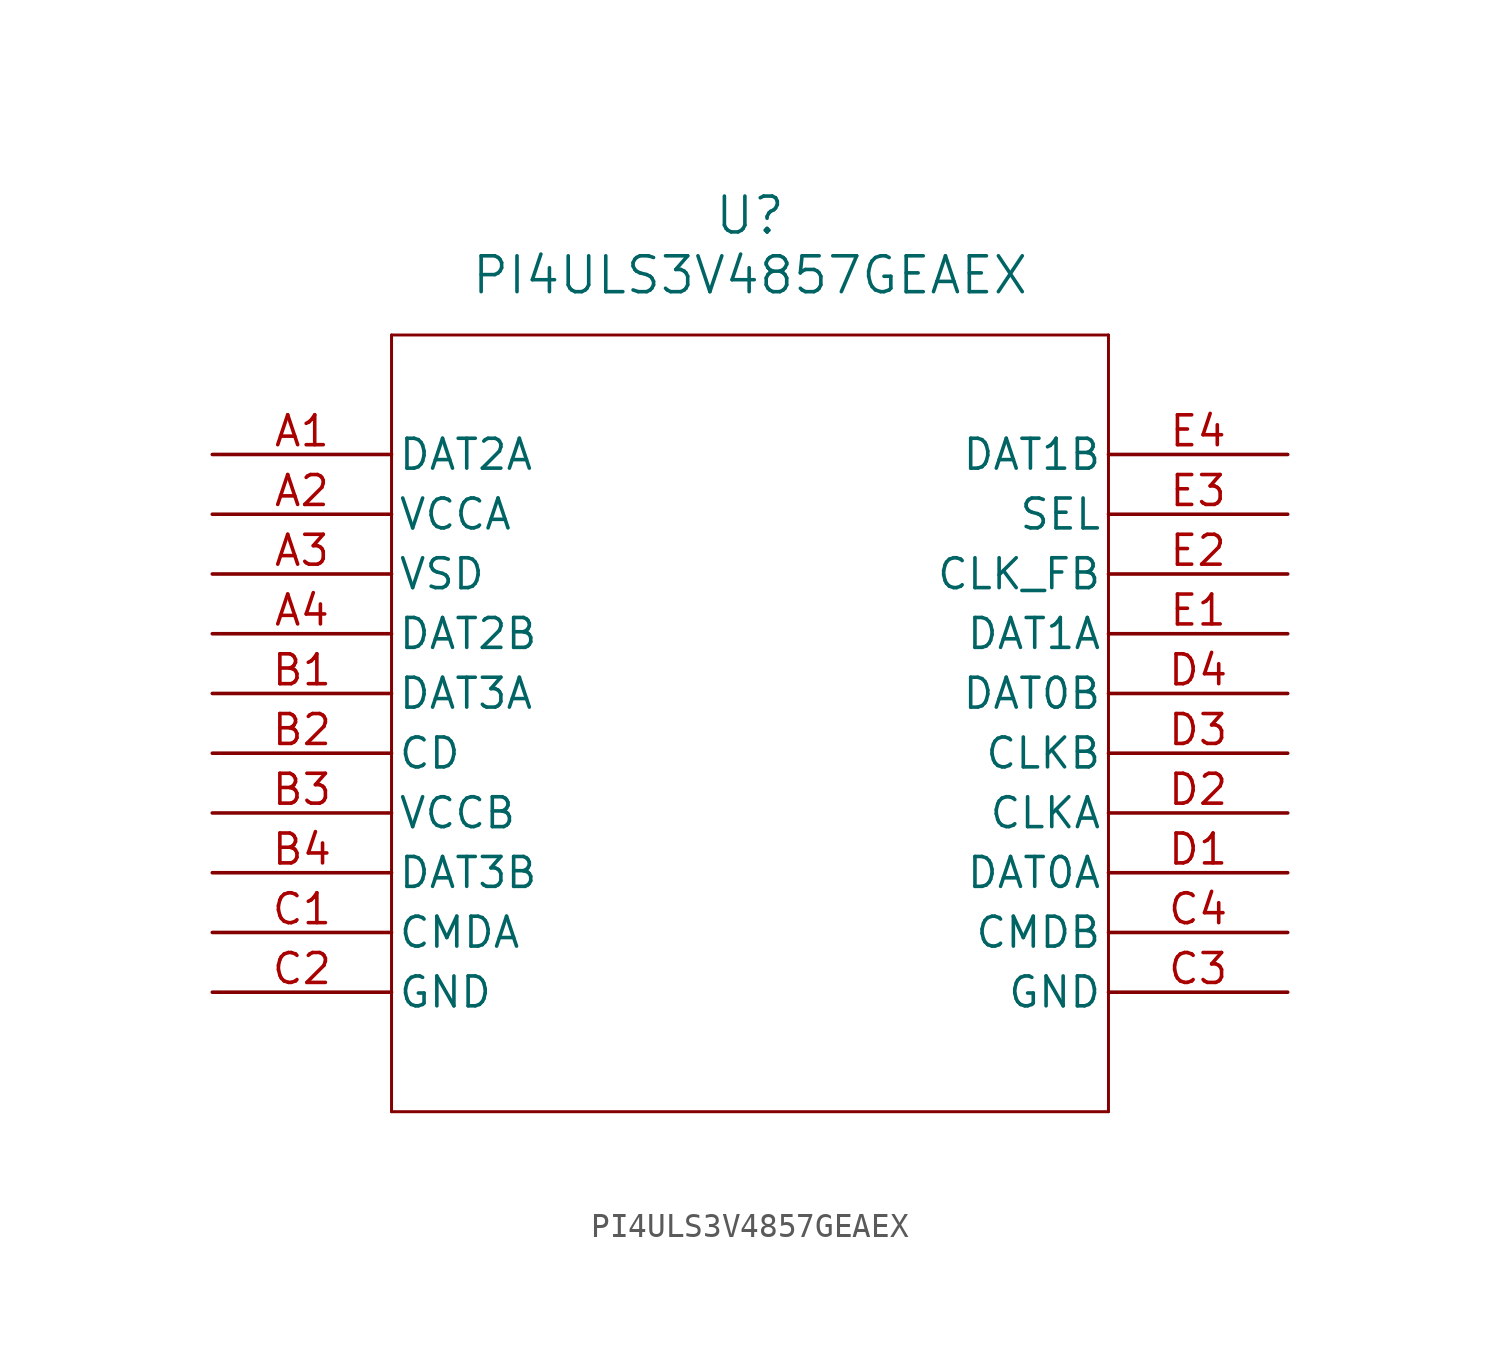
<source format=kicad_sym>
(kicad_symbol_lib
  (version 20211014)
  (generator kicad_symbol_editor)
  (symbol "PI4ULS3V4857GEAEX"
    (pin_names
      (offset 0.254))
    (property "Reference" "U"
      (at 22.86 10.16 0)
      (effects (font (size 1.524 1.524))))
    (property "Value" "PI4ULS3V4857GEAEX"
      (at 22.86 7.62 0)
      (effects (font (size 1.524 1.524))))
    (symbol "PI4ULS3V4857GEAEX_0_1"
      (polyline (pts (xy 7.62 5.08) (xy 7.62 -27.94)) (stroke (width 0.127) (type default) (color 0 0 0 0)) (fill (type none)))
      (polyline (pts (xy 7.62 -27.94) (xy 38.1 -27.94)) (stroke (width 0.127) (type default) (color 0 0 0 0)) (fill (type none)))
      (polyline (pts (xy 38.1 -27.94) (xy 38.1 5.08)) (stroke (width 0.127) (type default) (color 0 0 0 0)) (fill (type none)))
      (polyline (pts (xy 38.1 5.08) (xy 7.62 5.08)) (stroke (width 0.127) (type default) (color 0 0 0 0)) (fill (type none)))
      (pin bidirectional line (at 0 0 0) (length 7.62) (name "DAT2A" (effects (font (size 1.27 1.27)))) (number "A1" (effects (font (size 1.27 1.27)))))
      (pin power_in line (at 0 -2.54 0) (length 7.62) (name "VCCA" (effects (font (size 1.27 1.27)))) (number "A2" (effects (font (size 1.27 1.27)))))
      (pin power_in line (at 0 -5.08 0) (length 7.62) (name "VSD" (effects (font (size 1.27 1.27)))) (number "A3" (effects (font (size 1.27 1.27)))))
      (pin bidirectional line (at 0 -7.62 0) (length 7.62) (name "DAT2B" (effects (font (size 1.27 1.27)))) (number "A4" (effects (font (size 1.27 1.27)))))
      (pin bidirectional line (at 0 -10.16 0) (length 7.62) (name "DAT3A" (effects (font (size 1.27 1.27)))) (number "B1" (effects (font (size 1.27 1.27)))))
      (pin output line (at 0 -12.7 0) (length 7.62) (name "CD" (effects (font (size 1.27 1.27)))) (number "B2" (effects (font (size 1.27 1.27)))))
      (pin power_in line (at 0 -15.24 0) (length 7.62) (name "VCCB" (effects (font (size 1.27 1.27)))) (number "B3" (effects (font (size 1.27 1.27)))))
      (pin bidirectional line (at 0 -17.78 0) (length 7.62) (name "DAT3B" (effects (font (size 1.27 1.27)))) (number "B4" (effects (font (size 1.27 1.27)))))
      (pin bidirectional line (at 0 -20.32 0) (length 7.62) (name "CMDA" (effects (font (size 1.27 1.27)))) (number "C1" (effects (font (size 1.27 1.27)))))
      (pin power_in line (at 0 -22.86 0) (length 7.62) (name "GND" (effects (font (size 1.27 1.27)))) (number "C2" (effects (font (size 1.27 1.27)))))
      (pin power_in line (at 45.72 -22.86 180) (length 7.62) (name "GND" (effects (font (size 1.27 1.27)))) (number "C3" (effects (font (size 1.27 1.27)))))
      (pin bidirectional line (at 45.72 -20.32 180) (length 7.62) (name "CMDB" (effects (font (size 1.27 1.27)))) (number "C4" (effects (font (size 1.27 1.27)))))
      (pin bidirectional line (at 45.72 -17.78 180) (length 7.62) (name "DAT0A" (effects (font (size 1.27 1.27)))) (number "D1" (effects (font (size 1.27 1.27)))))
      (pin input line (at 45.72 -15.24 180) (length 7.62) (name "CLKA" (effects (font (size 1.27 1.27)))) (number "D2" (effects (font (size 1.27 1.27)))))
      (pin output line (at 45.72 -12.7 180) (length 7.62) (name "CLKB" (effects (font (size 1.27 1.27)))) (number "D3" (effects (font (size 1.27 1.27)))))
      (pin bidirectional line (at 45.72 -10.16 180) (length 7.62) (name "DAT0B" (effects (font (size 1.27 1.27)))) (number "D4" (effects (font (size 1.27 1.27)))))
      (pin bidirectional line (at 45.72 -7.62 180) (length 7.62) (name "DAT1A" (effects (font (size 1.27 1.27)))) (number "E1" (effects (font (size 1.27 1.27)))))
      (pin output line (at 45.72 -5.08 180) (length 7.62) (name "CLK_FB" (effects (font (size 1.27 1.27)))) (number "E2" (effects (font (size 1.27 1.27)))))
      (pin input line (at 45.72 -2.54 180) (length 7.62) (name "SEL" (effects (font (size 1.27 1.27)))) (number "E3" (effects (font (size 1.27 1.27)))))
      (pin bidirectional line (at 45.72 0 180) (length 7.62) (name "DAT1B" (effects (font (size 1.27 1.27)))) (number "E4" (effects (font (size 1.27 1.27))))))))
</source>
